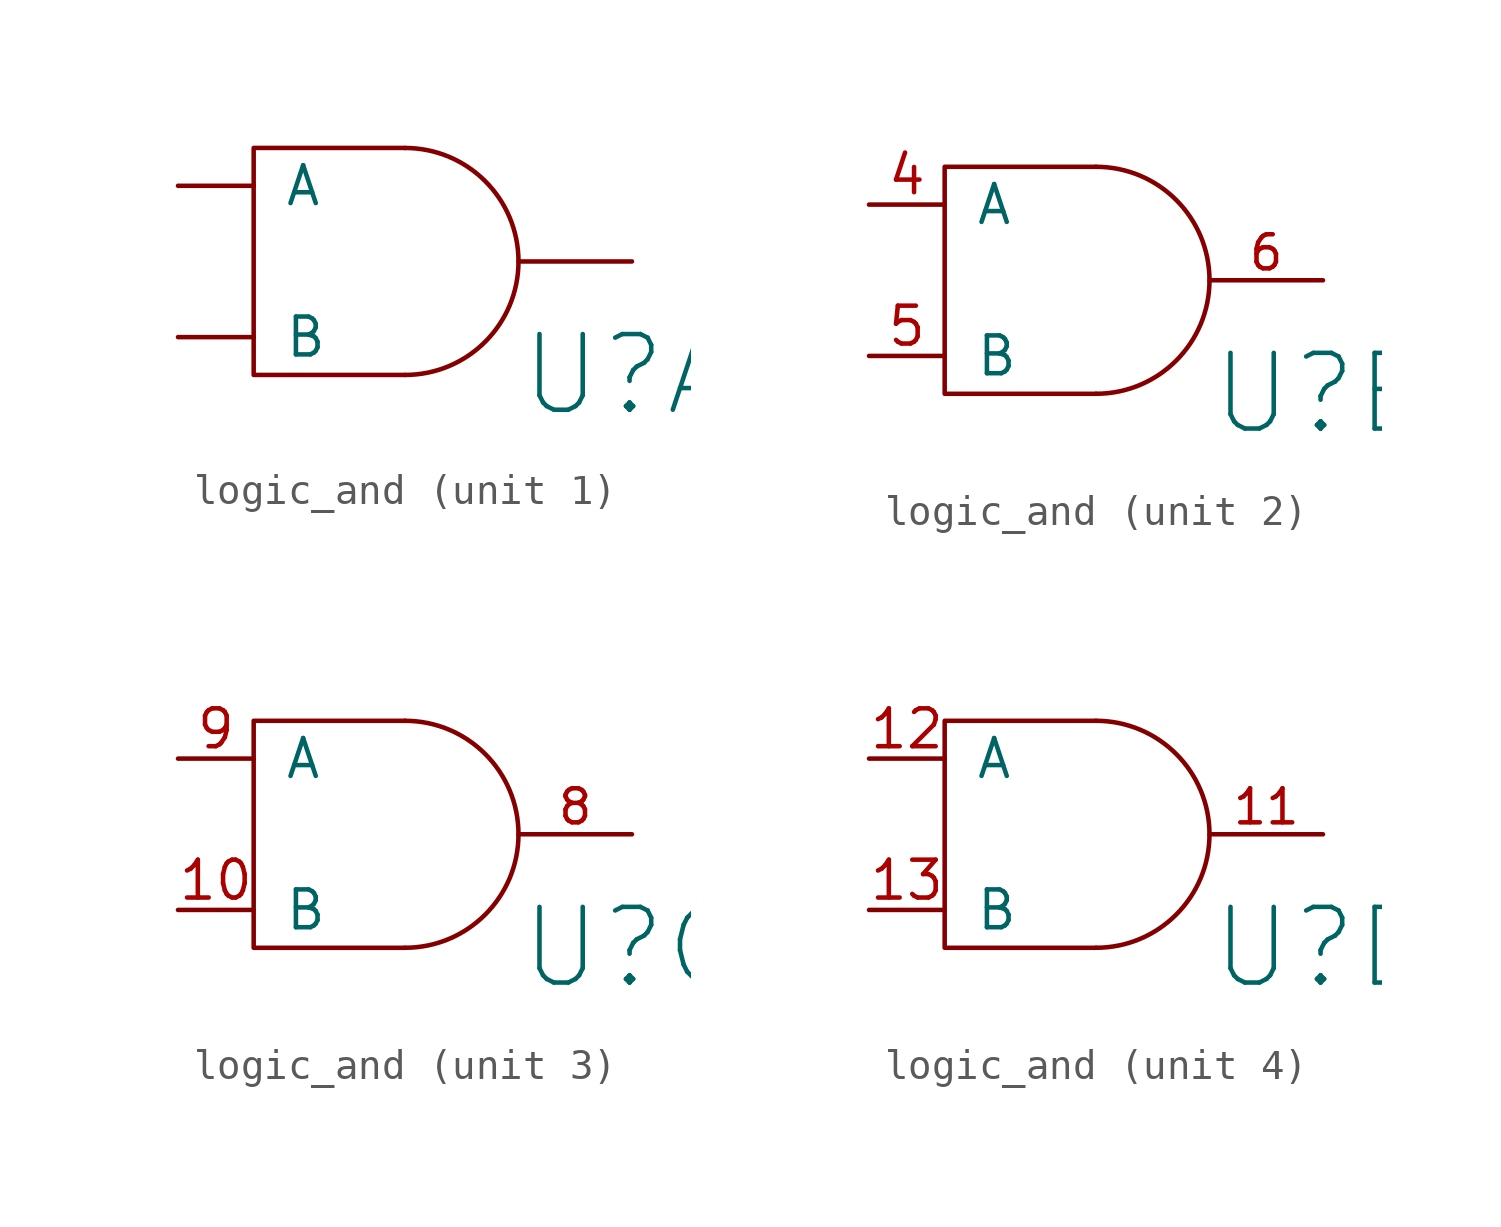
<source format=kicad_sym>
(kicad_symbol_lib
  (version 20231120)
  (generator "kicad_symbol_editor")
  (generator_version "8.0")
  (symbol "logic_and"
    (pin_names
      (offset 1.016))
    (property "Reference" "U"
      (at 11.43 -6.35 0)
      (effects (font (size 2.54 2.54)) (justify left)))
    (symbol "logic_and_0_1"
      (polyline (pts (xy 7.62 1.27) (xy 2.54 1.27) (xy 2.54 -6.35) (xy 7.62 -6.35)) (stroke (width 0) (type default)) (fill (type none)))
      (arc (start 7.62 -6.35) (mid 11.4134 -2.54) (end 7.62 1.27) (stroke (width 0) (type default)) (fill (type none))))
    (symbol "logic_and_1_1"
      (pin output line (at 15.24 -2.54 180) (length 3.81) (name "" (effects (font (size 1.27 1.27)))) (number "" (effects (font (size 1.143 1.143)))))
      (pin input line (at 0 0 0) (length 2.54) (name "A" (effects (font (size 1.27 1.27)))) (number "" (effects (font (size 1.27 1.27)))))
      (pin input line (at 0 -5.08 0) (length 2.54) (name "B" (effects (font (size 1.27 1.27)))) (number "" (effects (font (size 1.27 1.27))))))
    (symbol "logic_and_2_1"
      (pin input line (at 0 0 0) (length 2.54) (name "A" (effects (font (size 1.27 1.27)))) (number "4" (effects (font (size 1.27 1.27)))))
      (pin input line (at 0 -5.08 0) (length 2.54) (name "B" (effects (font (size 1.27 1.27)))) (number "5" (effects (font (size 1.27 1.27)))))
      (pin output line (at 15.24 -2.54 180) (length 3.81) (name "" (effects (font (size 1.27 1.27)))) (number "6" (effects (font (size 1.143 1.143))))))
    (symbol "logic_and_3_1"
      (pin input line (at 0 -5.08 0) (length 2.54) (name "B" (effects (font (size 1.27 1.27)))) (number "10" (effects (font (size 1.27 1.27)))))
      (pin output line (at 15.24 -2.54 180) (length 3.81) (name "" (effects (font (size 1.27 1.27)))) (number "8" (effects (font (size 1.143 1.143)))))
      (pin input line (at 0 0 0) (length 2.54) (name "A" (effects (font (size 1.27 1.27)))) (number "9" (effects (font (size 1.27 1.27))))))
    (symbol "logic_and_4_1"
      (pin output line (at 15.24 -2.54 180) (length 3.81) (name "" (effects (font (size 1.27 1.27)))) (number "11" (effects (font (size 1.143 1.143)))))
      (pin input line (at 0 0 0) (length 2.54) (name "A" (effects (font (size 1.27 1.27)))) (number "12" (effects (font (size 1.27 1.27)))))
      (pin input line (at 0 -5.08 0) (length 2.54) (name "B" (effects (font (size 1.27 1.27)))) (number "13" (effects (font (size 1.27 1.27))))))))
</source>
